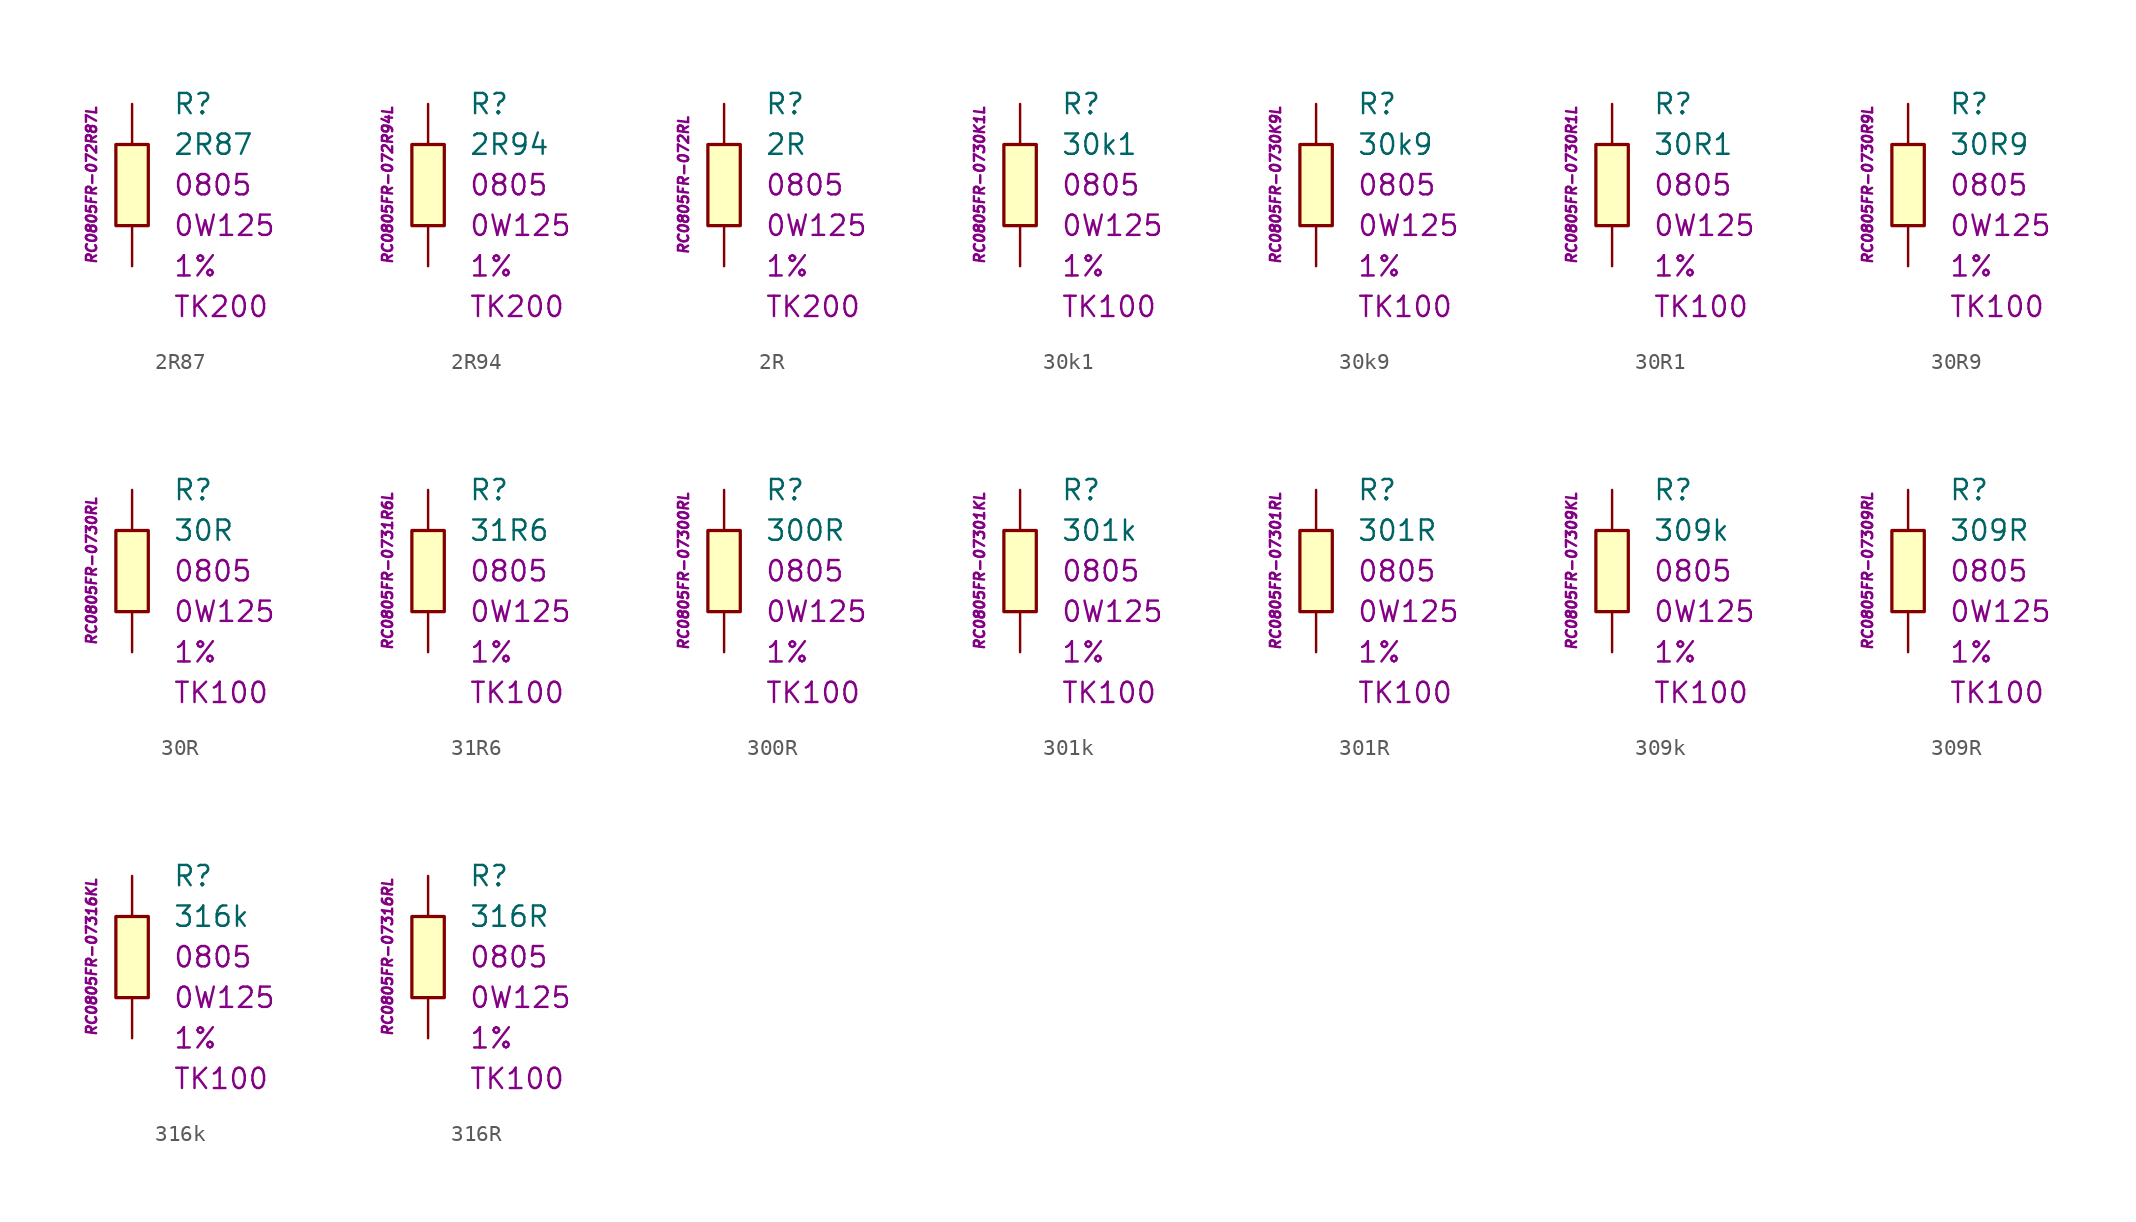
<source format=kicad_sym>
(kicad_symbol_lib
  (version 20201005)
  (generator kicad_symbol_editor)
  (symbol "2R87"
    (pin_numbers hide)
    (pin_names
      (offset 1.016) hide)
    (property "Reference" "R"
      (at 2.54 5.08 0)
      (effects (font (size 1.27 1.27)) (justify left)))
    (property "Value" "2R87"
      (at 2.54 2.54 0)
      (effects (font (size 1.27 1.27)) (justify left)))
    (property "Package" "0805"
      (at 2.54 0 0)
      (effects (font (size 1.27 1.27)) (justify left)))
    (property "Power" "0W125"
      (at 2.54 -2.54 0)
      (effects (font (size 1.27 1.27)) (justify left)))
    (property "Tolerance" "1%"
      (at 2.54 -5.08 0)
      (effects (font (size 1.27 1.27)) (justify left)))
    (property "TK" "TK200"
      (at 2.54 -7.62 0)
      (effects (font (size 1.27 1.27)) (justify left)))
    (property "ID" "RC0805FR-072R87L"
      (at -2.54 0 90)
      (effects (font (size 0.635 0.635) italic)))
    (symbol "2R87_0_1"
      (rectangle (start -1.016 2.54) (end 1.016 -2.54) (stroke (width 0.203)) (fill (type background))))
    (symbol "2R87_1_1"
      (pin passive line (at 0 5.08 270) (length 2.54) (name "~" (effects (font (size 1.778 1.778)))) (number "1" (effects (font (size 1.778 1.778)))))
      (pin passive line (at 0 -5.08 90) (length 2.54) (name "~" (effects (font (size 1.778 1.778)))) (number "2" (effects (font (size 1.778 1.778)))))))
  (symbol "2R94"
    (pin_numbers hide)
    (pin_names
      (offset 1.016) hide)
    (property "Reference" "R"
      (at 2.54 5.08 0)
      (effects (font (size 1.27 1.27)) (justify left)))
    (property "Value" "2R94"
      (at 2.54 2.54 0)
      (effects (font (size 1.27 1.27)) (justify left)))
    (property "Package" "0805"
      (at 2.54 0 0)
      (effects (font (size 1.27 1.27)) (justify left)))
    (property "Power" "0W125"
      (at 2.54 -2.54 0)
      (effects (font (size 1.27 1.27)) (justify left)))
    (property "Tolerance" "1%"
      (at 2.54 -5.08 0)
      (effects (font (size 1.27 1.27)) (justify left)))
    (property "TK" "TK200"
      (at 2.54 -7.62 0)
      (effects (font (size 1.27 1.27)) (justify left)))
    (property "ID" "RC0805FR-072R94L"
      (at -2.54 0 90)
      (effects (font (size 0.635 0.635) italic)))
    (symbol "2R94_0_1"
      (rectangle (start -1.016 2.54) (end 1.016 -2.54) (stroke (width 0.203)) (fill (type background))))
    (symbol "2R94_1_1"
      (pin passive line (at 0 5.08 270) (length 2.54) (name "~" (effects (font (size 1.778 1.778)))) (number "1" (effects (font (size 1.778 1.778)))))
      (pin passive line (at 0 -5.08 90) (length 2.54) (name "~" (effects (font (size 1.778 1.778)))) (number "2" (effects (font (size 1.778 1.778)))))))
  (symbol "2R"
    (pin_numbers hide)
    (pin_names
      (offset 1.016) hide)
    (property "Reference" "R"
      (at 2.54 5.08 0)
      (effects (font (size 1.27 1.27)) (justify left)))
    (property "Value" "2R"
      (at 2.54 2.54 0)
      (effects (font (size 1.27 1.27)) (justify left)))
    (property "Package" "0805"
      (at 2.54 0 0)
      (effects (font (size 1.27 1.27)) (justify left)))
    (property "Power" "0W125"
      (at 2.54 -2.54 0)
      (effects (font (size 1.27 1.27)) (justify left)))
    (property "Tolerance" "1%"
      (at 2.54 -5.08 0)
      (effects (font (size 1.27 1.27)) (justify left)))
    (property "TK" "TK200"
      (at 2.54 -7.62 0)
      (effects (font (size 1.27 1.27)) (justify left)))
    (property "ID" "RC0805FR-072RL"
      (at -2.54 0 90)
      (effects (font (size 0.635 0.635) italic)))
    (symbol "2R_0_1"
      (rectangle (start -1.016 2.54) (end 1.016 -2.54) (stroke (width 0.203)) (fill (type background))))
    (symbol "2R_1_1"
      (pin passive line (at 0 5.08 270) (length 2.54) (name "~" (effects (font (size 1.778 1.778)))) (number "1" (effects (font (size 1.778 1.778)))))
      (pin passive line (at 0 -5.08 90) (length 2.54) (name "~" (effects (font (size 1.778 1.778)))) (number "2" (effects (font (size 1.778 1.778)))))))
  (symbol "30k1"
    (pin_numbers hide)
    (pin_names
      (offset 1.016) hide)
    (property "Reference" "R"
      (at 2.54 5.08 0)
      (effects (font (size 1.27 1.27)) (justify left)))
    (property "Value" "30k1"
      (at 2.54 2.54 0)
      (effects (font (size 1.27 1.27)) (justify left)))
    (property "Package" "0805"
      (at 2.54 0 0)
      (effects (font (size 1.27 1.27)) (justify left)))
    (property "Power" "0W125"
      (at 2.54 -2.54 0)
      (effects (font (size 1.27 1.27)) (justify left)))
    (property "Tolerance" "1%"
      (at 2.54 -5.08 0)
      (effects (font (size 1.27 1.27)) (justify left)))
    (property "TK" "TK100"
      (at 2.54 -7.62 0)
      (effects (font (size 1.27 1.27)) (justify left)))
    (property "ID" "RC0805FR-0730K1L"
      (at -2.54 0 90)
      (effects (font (size 0.635 0.635) italic)))
    (symbol "30k1_0_1"
      (rectangle (start -1.016 2.54) (end 1.016 -2.54) (stroke (width 0.203)) (fill (type background))))
    (symbol "30k1_1_1"
      (pin passive line (at 0 5.08 270) (length 2.54) (name "~" (effects (font (size 1.778 1.778)))) (number "1" (effects (font (size 1.778 1.778)))))
      (pin passive line (at 0 -5.08 90) (length 2.54) (name "~" (effects (font (size 1.778 1.778)))) (number "2" (effects (font (size 1.778 1.778)))))))
  (symbol "30k9"
    (pin_numbers hide)
    (pin_names
      (offset 1.016) hide)
    (property "Reference" "R"
      (at 2.54 5.08 0)
      (effects (font (size 1.27 1.27)) (justify left)))
    (property "Value" "30k9"
      (at 2.54 2.54 0)
      (effects (font (size 1.27 1.27)) (justify left)))
    (property "Package" "0805"
      (at 2.54 0 0)
      (effects (font (size 1.27 1.27)) (justify left)))
    (property "Power" "0W125"
      (at 2.54 -2.54 0)
      (effects (font (size 1.27 1.27)) (justify left)))
    (property "Tolerance" "1%"
      (at 2.54 -5.08 0)
      (effects (font (size 1.27 1.27)) (justify left)))
    (property "TK" "TK100"
      (at 2.54 -7.62 0)
      (effects (font (size 1.27 1.27)) (justify left)))
    (property "ID" "RC0805FR-0730K9L"
      (at -2.54 0 90)
      (effects (font (size 0.635 0.635) italic)))
    (symbol "30k9_0_1"
      (rectangle (start -1.016 2.54) (end 1.016 -2.54) (stroke (width 0.203)) (fill (type background))))
    (symbol "30k9_1_1"
      (pin passive line (at 0 5.08 270) (length 2.54) (name "~" (effects (font (size 1.778 1.778)))) (number "1" (effects (font (size 1.778 1.778)))))
      (pin passive line (at 0 -5.08 90) (length 2.54) (name "~" (effects (font (size 1.778 1.778)))) (number "2" (effects (font (size 1.778 1.778)))))))
  (symbol "30R1"
    (pin_numbers hide)
    (pin_names
      (offset 1.016) hide)
    (property "Reference" "R"
      (at 2.54 5.08 0)
      (effects (font (size 1.27 1.27)) (justify left)))
    (property "Value" "30R1"
      (at 2.54 2.54 0)
      (effects (font (size 1.27 1.27)) (justify left)))
    (property "Package" "0805"
      (at 2.54 0 0)
      (effects (font (size 1.27 1.27)) (justify left)))
    (property "Power" "0W125"
      (at 2.54 -2.54 0)
      (effects (font (size 1.27 1.27)) (justify left)))
    (property "Tolerance" "1%"
      (at 2.54 -5.08 0)
      (effects (font (size 1.27 1.27)) (justify left)))
    (property "TK" "TK100"
      (at 2.54 -7.62 0)
      (effects (font (size 1.27 1.27)) (justify left)))
    (property "ID" "RC0805FR-0730R1L"
      (at -2.54 0 90)
      (effects (font (size 0.635 0.635) italic)))
    (symbol "30R1_0_1"
      (rectangle (start -1.016 2.54) (end 1.016 -2.54) (stroke (width 0.203)) (fill (type background))))
    (symbol "30R1_1_1"
      (pin passive line (at 0 5.08 270) (length 2.54) (name "~" (effects (font (size 1.778 1.778)))) (number "1" (effects (font (size 1.778 1.778)))))
      (pin passive line (at 0 -5.08 90) (length 2.54) (name "~" (effects (font (size 1.778 1.778)))) (number "2" (effects (font (size 1.778 1.778)))))))
  (symbol "30R9"
    (pin_numbers hide)
    (pin_names
      (offset 1.016) hide)
    (property "Reference" "R"
      (at 2.54 5.08 0)
      (effects (font (size 1.27 1.27)) (justify left)))
    (property "Value" "30R9"
      (at 2.54 2.54 0)
      (effects (font (size 1.27 1.27)) (justify left)))
    (property "Package" "0805"
      (at 2.54 0 0)
      (effects (font (size 1.27 1.27)) (justify left)))
    (property "Power" "0W125"
      (at 2.54 -2.54 0)
      (effects (font (size 1.27 1.27)) (justify left)))
    (property "Tolerance" "1%"
      (at 2.54 -5.08 0)
      (effects (font (size 1.27 1.27)) (justify left)))
    (property "TK" "TK100"
      (at 2.54 -7.62 0)
      (effects (font (size 1.27 1.27)) (justify left)))
    (property "ID" "RC0805FR-0730R9L"
      (at -2.54 0 90)
      (effects (font (size 0.635 0.635) italic)))
    (symbol "30R9_0_1"
      (rectangle (start -1.016 2.54) (end 1.016 -2.54) (stroke (width 0.203)) (fill (type background))))
    (symbol "30R9_1_1"
      (pin passive line (at 0 5.08 270) (length 2.54) (name "~" (effects (font (size 1.778 1.778)))) (number "1" (effects (font (size 1.778 1.778)))))
      (pin passive line (at 0 -5.08 90) (length 2.54) (name "~" (effects (font (size 1.778 1.778)))) (number "2" (effects (font (size 1.778 1.778)))))))
  (symbol "30R"
    (pin_numbers hide)
    (pin_names
      (offset 1.016) hide)
    (property "Reference" "R"
      (at 2.54 5.08 0)
      (effects (font (size 1.27 1.27)) (justify left)))
    (property "Value" "30R"
      (at 2.54 2.54 0)
      (effects (font (size 1.27 1.27)) (justify left)))
    (property "Package" "0805"
      (at 2.54 0 0)
      (effects (font (size 1.27 1.27)) (justify left)))
    (property "Power" "0W125"
      (at 2.54 -2.54 0)
      (effects (font (size 1.27 1.27)) (justify left)))
    (property "Tolerance" "1%"
      (at 2.54 -5.08 0)
      (effects (font (size 1.27 1.27)) (justify left)))
    (property "TK" "TK100"
      (at 2.54 -7.62 0)
      (effects (font (size 1.27 1.27)) (justify left)))
    (property "ID" "RC0805FR-0730RL"
      (at -2.54 0 90)
      (effects (font (size 0.635 0.635) italic)))
    (symbol "30R_0_1"
      (rectangle (start -1.016 2.54) (end 1.016 -2.54) (stroke (width 0.203)) (fill (type background))))
    (symbol "30R_1_1"
      (pin passive line (at 0 5.08 270) (length 2.54) (name "~" (effects (font (size 1.778 1.778)))) (number "1" (effects (font (size 1.778 1.778)))))
      (pin passive line (at 0 -5.08 90) (length 2.54) (name "~" (effects (font (size 1.778 1.778)))) (number "2" (effects (font (size 1.778 1.778)))))))
  (symbol "31R6"
    (pin_numbers hide)
    (pin_names
      (offset 1.016) hide)
    (property "Reference" "R"
      (at 2.54 5.08 0)
      (effects (font (size 1.27 1.27)) (justify left)))
    (property "Value" "31R6"
      (at 2.54 2.54 0)
      (effects (font (size 1.27 1.27)) (justify left)))
    (property "Package" "0805"
      (at 2.54 0 0)
      (effects (font (size 1.27 1.27)) (justify left)))
    (property "Power" "0W125"
      (at 2.54 -2.54 0)
      (effects (font (size 1.27 1.27)) (justify left)))
    (property "Tolerance" "1%"
      (at 2.54 -5.08 0)
      (effects (font (size 1.27 1.27)) (justify left)))
    (property "TK" "TK100"
      (at 2.54 -7.62 0)
      (effects (font (size 1.27 1.27)) (justify left)))
    (property "ID" "RC0805FR-0731R6L"
      (at -2.54 0 90)
      (effects (font (size 0.635 0.635) italic)))
    (symbol "31R6_0_1"
      (rectangle (start -1.016 2.54) (end 1.016 -2.54) (stroke (width 0.203)) (fill (type background))))
    (symbol "31R6_1_1"
      (pin passive line (at 0 5.08 270) (length 2.54) (name "~" (effects (font (size 1.778 1.778)))) (number "1" (effects (font (size 1.778 1.778)))))
      (pin passive line (at 0 -5.08 90) (length 2.54) (name "~" (effects (font (size 1.778 1.778)))) (number "2" (effects (font (size 1.778 1.778)))))))
  (symbol "300R"
    (pin_numbers hide)
    (pin_names
      (offset 1.016) hide)
    (property "Reference" "R"
      (at 2.54 5.08 0)
      (effects (font (size 1.27 1.27)) (justify left)))
    (property "Value" "300R"
      (at 2.54 2.54 0)
      (effects (font (size 1.27 1.27)) (justify left)))
    (property "Package" "0805"
      (at 2.54 0 0)
      (effects (font (size 1.27 1.27)) (justify left)))
    (property "Power" "0W125"
      (at 2.54 -2.54 0)
      (effects (font (size 1.27 1.27)) (justify left)))
    (property "Tolerance" "1%"
      (at 2.54 -5.08 0)
      (effects (font (size 1.27 1.27)) (justify left)))
    (property "TK" "TK100"
      (at 2.54 -7.62 0)
      (effects (font (size 1.27 1.27)) (justify left)))
    (property "ID" "RC0805FR-07300RL"
      (at -2.54 0 90)
      (effects (font (size 0.635 0.635) italic)))
    (symbol "300R_0_1"
      (rectangle (start -1.016 2.54) (end 1.016 -2.54) (stroke (width 0.203)) (fill (type background))))
    (symbol "300R_1_1"
      (pin passive line (at 0 5.08 270) (length 2.54) (name "~" (effects (font (size 1.778 1.778)))) (number "1" (effects (font (size 1.778 1.778)))))
      (pin passive line (at 0 -5.08 90) (length 2.54) (name "~" (effects (font (size 1.778 1.778)))) (number "2" (effects (font (size 1.778 1.778)))))))
  (symbol "301k"
    (pin_numbers hide)
    (pin_names
      (offset 1.016) hide)
    (property "Reference" "R"
      (at 2.54 5.08 0)
      (effects (font (size 1.27 1.27)) (justify left)))
    (property "Value" "301k"
      (at 2.54 2.54 0)
      (effects (font (size 1.27 1.27)) (justify left)))
    (property "Package" "0805"
      (at 2.54 0 0)
      (effects (font (size 1.27 1.27)) (justify left)))
    (property "Power" "0W125"
      (at 2.54 -2.54 0)
      (effects (font (size 1.27 1.27)) (justify left)))
    (property "Tolerance" "1%"
      (at 2.54 -5.08 0)
      (effects (font (size 1.27 1.27)) (justify left)))
    (property "TK" "TK100"
      (at 2.54 -7.62 0)
      (effects (font (size 1.27 1.27)) (justify left)))
    (property "ID" "RC0805FR-07301KL"
      (at -2.54 0 90)
      (effects (font (size 0.635 0.635) italic)))
    (symbol "301k_0_1"
      (rectangle (start -1.016 2.54) (end 1.016 -2.54) (stroke (width 0.203)) (fill (type background))))
    (symbol "301k_1_1"
      (pin passive line (at 0 5.08 270) (length 2.54) (name "~" (effects (font (size 1.778 1.778)))) (number "1" (effects (font (size 1.778 1.778)))))
      (pin passive line (at 0 -5.08 90) (length 2.54) (name "~" (effects (font (size 1.778 1.778)))) (number "2" (effects (font (size 1.778 1.778)))))))
  (symbol "301R"
    (pin_numbers hide)
    (pin_names
      (offset 1.016) hide)
    (property "Reference" "R"
      (at 2.54 5.08 0)
      (effects (font (size 1.27 1.27)) (justify left)))
    (property "Value" "301R"
      (at 2.54 2.54 0)
      (effects (font (size 1.27 1.27)) (justify left)))
    (property "Package" "0805"
      (at 2.54 0 0)
      (effects (font (size 1.27 1.27)) (justify left)))
    (property "Power" "0W125"
      (at 2.54 -2.54 0)
      (effects (font (size 1.27 1.27)) (justify left)))
    (property "Tolerance" "1%"
      (at 2.54 -5.08 0)
      (effects (font (size 1.27 1.27)) (justify left)))
    (property "TK" "TK100"
      (at 2.54 -7.62 0)
      (effects (font (size 1.27 1.27)) (justify left)))
    (property "ID" "RC0805FR-07301RL"
      (at -2.54 0 90)
      (effects (font (size 0.635 0.635) italic)))
    (symbol "301R_0_1"
      (rectangle (start -1.016 2.54) (end 1.016 -2.54) (stroke (width 0.203)) (fill (type background))))
    (symbol "301R_1_1"
      (pin passive line (at 0 5.08 270) (length 2.54) (name "~" (effects (font (size 1.778 1.778)))) (number "1" (effects (font (size 1.778 1.778)))))
      (pin passive line (at 0 -5.08 90) (length 2.54) (name "~" (effects (font (size 1.778 1.778)))) (number "2" (effects (font (size 1.778 1.778)))))))
  (symbol "309k"
    (pin_numbers hide)
    (pin_names
      (offset 1.016) hide)
    (property "Reference" "R"
      (at 2.54 5.08 0)
      (effects (font (size 1.27 1.27)) (justify left)))
    (property "Value" "309k"
      (at 2.54 2.54 0)
      (effects (font (size 1.27 1.27)) (justify left)))
    (property "Package" "0805"
      (at 2.54 0 0)
      (effects (font (size 1.27 1.27)) (justify left)))
    (property "Power" "0W125"
      (at 2.54 -2.54 0)
      (effects (font (size 1.27 1.27)) (justify left)))
    (property "Tolerance" "1%"
      (at 2.54 -5.08 0)
      (effects (font (size 1.27 1.27)) (justify left)))
    (property "TK" "TK100"
      (at 2.54 -7.62 0)
      (effects (font (size 1.27 1.27)) (justify left)))
    (property "ID" "RC0805FR-07309KL"
      (at -2.54 0 90)
      (effects (font (size 0.635 0.635) italic)))
    (symbol "309k_0_1"
      (rectangle (start -1.016 2.54) (end 1.016 -2.54) (stroke (width 0.203)) (fill (type background))))
    (symbol "309k_1_1"
      (pin passive line (at 0 5.08 270) (length 2.54) (name "~" (effects (font (size 1.778 1.778)))) (number "1" (effects (font (size 1.778 1.778)))))
      (pin passive line (at 0 -5.08 90) (length 2.54) (name "~" (effects (font (size 1.778 1.778)))) (number "2" (effects (font (size 1.778 1.778)))))))
  (symbol "309R"
    (pin_numbers hide)
    (pin_names
      (offset 1.016) hide)
    (property "Reference" "R"
      (at 2.54 5.08 0)
      (effects (font (size 1.27 1.27)) (justify left)))
    (property "Value" "309R"
      (at 2.54 2.54 0)
      (effects (font (size 1.27 1.27)) (justify left)))
    (property "Package" "0805"
      (at 2.54 0 0)
      (effects (font (size 1.27 1.27)) (justify left)))
    (property "Power" "0W125"
      (at 2.54 -2.54 0)
      (effects (font (size 1.27 1.27)) (justify left)))
    (property "Tolerance" "1%"
      (at 2.54 -5.08 0)
      (effects (font (size 1.27 1.27)) (justify left)))
    (property "TK" "TK100"
      (at 2.54 -7.62 0)
      (effects (font (size 1.27 1.27)) (justify left)))
    (property "ID" "RC0805FR-07309RL"
      (at -2.54 0 90)
      (effects (font (size 0.635 0.635) italic)))
    (symbol "309R_0_1"
      (rectangle (start -1.016 2.54) (end 1.016 -2.54) (stroke (width 0.203)) (fill (type background))))
    (symbol "309R_1_1"
      (pin passive line (at 0 5.08 270) (length 2.54) (name "~" (effects (font (size 1.778 1.778)))) (number "1" (effects (font (size 1.778 1.778)))))
      (pin passive line (at 0 -5.08 90) (length 2.54) (name "~" (effects (font (size 1.778 1.778)))) (number "2" (effects (font (size 1.778 1.778)))))))
  (symbol "316k"
    (pin_numbers hide)
    (pin_names
      (offset 1.016) hide)
    (property "Reference" "R"
      (at 2.54 5.08 0)
      (effects (font (size 1.27 1.27)) (justify left)))
    (property "Value" "316k"
      (at 2.54 2.54 0)
      (effects (font (size 1.27 1.27)) (justify left)))
    (property "Package" "0805"
      (at 2.54 0 0)
      (effects (font (size 1.27 1.27)) (justify left)))
    (property "Power" "0W125"
      (at 2.54 -2.54 0)
      (effects (font (size 1.27 1.27)) (justify left)))
    (property "Tolerance" "1%"
      (at 2.54 -5.08 0)
      (effects (font (size 1.27 1.27)) (justify left)))
    (property "TK" "TK100"
      (at 2.54 -7.62 0)
      (effects (font (size 1.27 1.27)) (justify left)))
    (property "ID" "RC0805FR-07316KL"
      (at -2.54 0 90)
      (effects (font (size 0.635 0.635) italic)))
    (symbol "316k_0_1"
      (rectangle (start -1.016 2.54) (end 1.016 -2.54) (stroke (width 0.203)) (fill (type background))))
    (symbol "316k_1_1"
      (pin passive line (at 0 5.08 270) (length 2.54) (name "~" (effects (font (size 1.778 1.778)))) (number "1" (effects (font (size 1.778 1.778)))))
      (pin passive line (at 0 -5.08 90) (length 2.54) (name "~" (effects (font (size 1.778 1.778)))) (number "2" (effects (font (size 1.778 1.778)))))))
  (symbol "316R"
    (pin_numbers hide)
    (pin_names
      (offset 1.016) hide)
    (property "Reference" "R"
      (at 2.54 5.08 0)
      (effects (font (size 1.27 1.27)) (justify left)))
    (property "Value" "316R"
      (at 2.54 2.54 0)
      (effects (font (size 1.27 1.27)) (justify left)))
    (property "Package" "0805"
      (at 2.54 0 0)
      (effects (font (size 1.27 1.27)) (justify left)))
    (property "Power" "0W125"
      (at 2.54 -2.54 0)
      (effects (font (size 1.27 1.27)) (justify left)))
    (property "Tolerance" "1%"
      (at 2.54 -5.08 0)
      (effects (font (size 1.27 1.27)) (justify left)))
    (property "TK" "TK100"
      (at 2.54 -7.62 0)
      (effects (font (size 1.27 1.27)) (justify left)))
    (property "ID" "RC0805FR-07316RL"
      (at -2.54 0 90)
      (effects (font (size 0.635 0.635) italic)))
    (symbol "316R_0_1"
      (rectangle (start -1.016 2.54) (end 1.016 -2.54) (stroke (width 0.203)) (fill (type background))))
    (symbol "316R_1_1"
      (pin passive line (at 0 5.08 270) (length 2.54) (name "~" (effects (font (size 1.778 1.778)))) (number "1" (effects (font (size 1.778 1.778)))))
      (pin passive line (at 0 -5.08 90) (length 2.54) (name "~" (effects (font (size 1.778 1.778)))) (number "2" (effects (font (size 1.778 1.778))))))))
</source>
